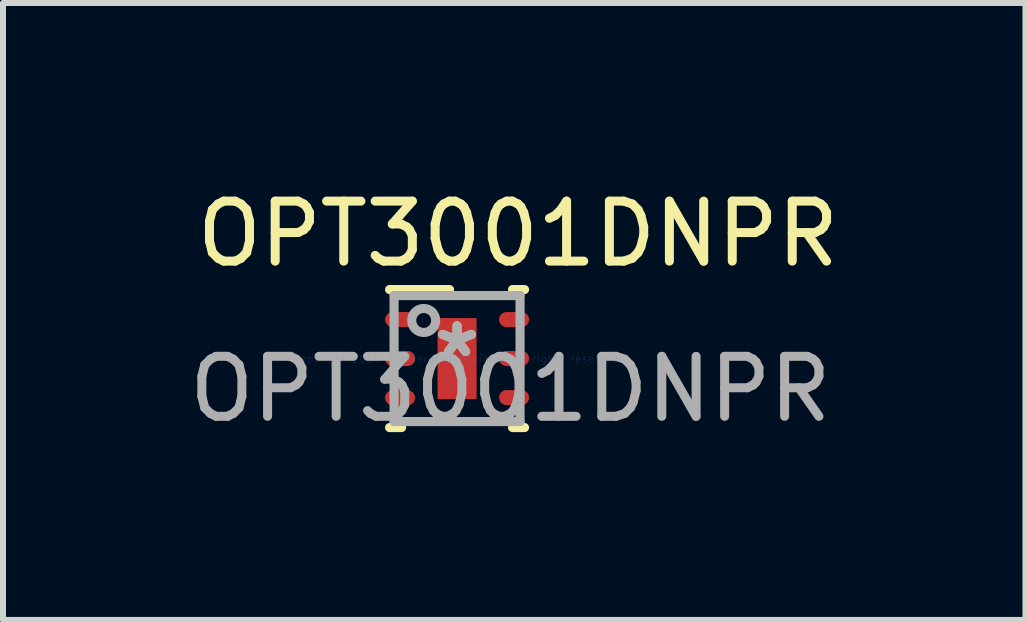
<source format=kicad_pcb>
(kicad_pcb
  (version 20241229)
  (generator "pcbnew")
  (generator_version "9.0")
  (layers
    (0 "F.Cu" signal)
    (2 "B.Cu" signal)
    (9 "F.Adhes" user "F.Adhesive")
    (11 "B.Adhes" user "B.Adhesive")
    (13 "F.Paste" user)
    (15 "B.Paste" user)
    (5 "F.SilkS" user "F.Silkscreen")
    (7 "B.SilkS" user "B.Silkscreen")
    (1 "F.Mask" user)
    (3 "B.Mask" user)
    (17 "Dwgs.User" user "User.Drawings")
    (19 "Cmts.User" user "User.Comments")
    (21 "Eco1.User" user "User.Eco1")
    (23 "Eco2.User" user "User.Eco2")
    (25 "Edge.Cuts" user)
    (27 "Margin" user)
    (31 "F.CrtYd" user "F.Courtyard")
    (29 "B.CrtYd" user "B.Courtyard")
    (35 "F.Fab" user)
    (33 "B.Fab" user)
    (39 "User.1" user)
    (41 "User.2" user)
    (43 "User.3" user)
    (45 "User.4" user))
  (footprint "OPT3001DNPR"
    (layer "F.Cu")
    (at 4.569 2.927)
    (property "Reference" "OPT3001DNPR" (at 1.016 -2.079 0) (layer "F.SilkS") (effects (font (size 1 1) (thickness 0.15))))
    (attr through_hole)
    (fp_line (start -1.125 -1.15) (end -0.125 -1.15) (stroke (width 0.152) (type solid)) (layer "F.SilkS"))
    (fp_line (start -1.125 1.15) (end -0.925 1.15) (stroke (width 0.152) (type solid)) (layer "F.SilkS"))
    (fp_line (start 0.925 -1.15) (end 1.125 -1.15) (stroke (width 0.152) (type solid)) (layer "F.SilkS"))
    (fp_line (start 0.925 1.15) (end 1.125 1.15) (stroke (width 0.152) (type solid)) (layer "F.SilkS"))
    (fp_line (start -0.31 -0.625) (end -0.31 0.625) (stroke (width 0.152) (type solid)) (layer "F.Paste"))
    (fp_line (start -0.31 0.625) (end 0.31 0.625) (stroke (width 0.152) (type solid)) (layer "F.Paste"))
    (fp_line (start 0.31 -0.625) (end -0.31 -0.625) (stroke (width 0.152) (type solid)) (layer "F.Paste"))
    (fp_line (start 0.31 0.625) (end 0.31 -0.625) (stroke (width 0.152) (type solid)) (layer "F.Paste"))
    (fp_line (start -1.05 -1.05) (end 1.05 -1.05) (stroke (width 0.152) (type solid)) (layer "F.Fab"))
    (fp_line (start -1.05 1.05) (end -1.05 -1.05) (stroke (width 0.152) (type solid)) (layer "F.Fab"))
    (fp_line (start -1.05 1.05) (end 1.05 1.05) (stroke (width 0.152) (type solid)) (layer "F.Fab"))
    (fp_line (start 1.05 1.05) (end 1.05 -1.05) (stroke (width 0.152) (type solid)) (layer "F.Fab"))
    (fp_circle (center -0.556 -0.635) (end -0.356 -0.635) (stroke (width 0.152) (type solid)) (fill no) (layer "F.Fab"))
    (fp_text user "*" (at 0 0 0) (layer "F.SilkS") (effects (font (size 1 1) (thickness 0.15))))
    (fp_text user "Copyright 2016 Accelerated Designs. All rights reserved." (at 0 0 0) (layer "Cmts.User") (effects (font (size 0.127 0.127) (thickness 0.002))))
    (fp_text user "*" (at 0 0 0) (layer "F.Fab") (effects (font (size 1 1) (thickness 0.15))))
    (fp_text user "${REFERENCE}" (at 0.889 0.508 180) (layer "F.Fab") (effects (font (size 1 1) (thickness 0.15))))
    (pad "1" smd oval (at -0.95 -0.65 90) (size 0.25 0.5) (layers "F.Cu" "F.Mask" "F.Paste"))
    (pad "2" smd oval (at -0.95 0 90) (size 0.25 0.5) (layers "F.Cu" "F.Mask" "F.Paste"))
    (pad "3" smd oval (at -0.95 0.655 90) (size 0.25 0.5) (layers "F.Cu" "F.Mask" "F.Paste"))
    (pad "4" smd oval (at 0.95 0.65 90) (size 0.25 0.5) (layers "F.Cu" "F.Mask" "F.Paste"))
    (pad "5" smd oval (at 0.95 0 90) (size 0.25 0.5) (layers "F.Cu" "F.Mask" "F.Paste"))
    (pad "6" smd oval (at 0.95 -0.65 90) (size 0.25 0.5) (layers "F.Cu" "F.Mask" "F.Paste"))
    (pad "7" smd rect (at 0 0) (size 0.65 1.35) (layers "F.Cu" "F.Mask" "F.Paste")))
  (gr_rect
    (start -3 -3)
    (end 14.044 7.284)
    (stroke (width 0.1) (type default))
    (fill no)
    (layer "Edge.Cuts")))
</source>
